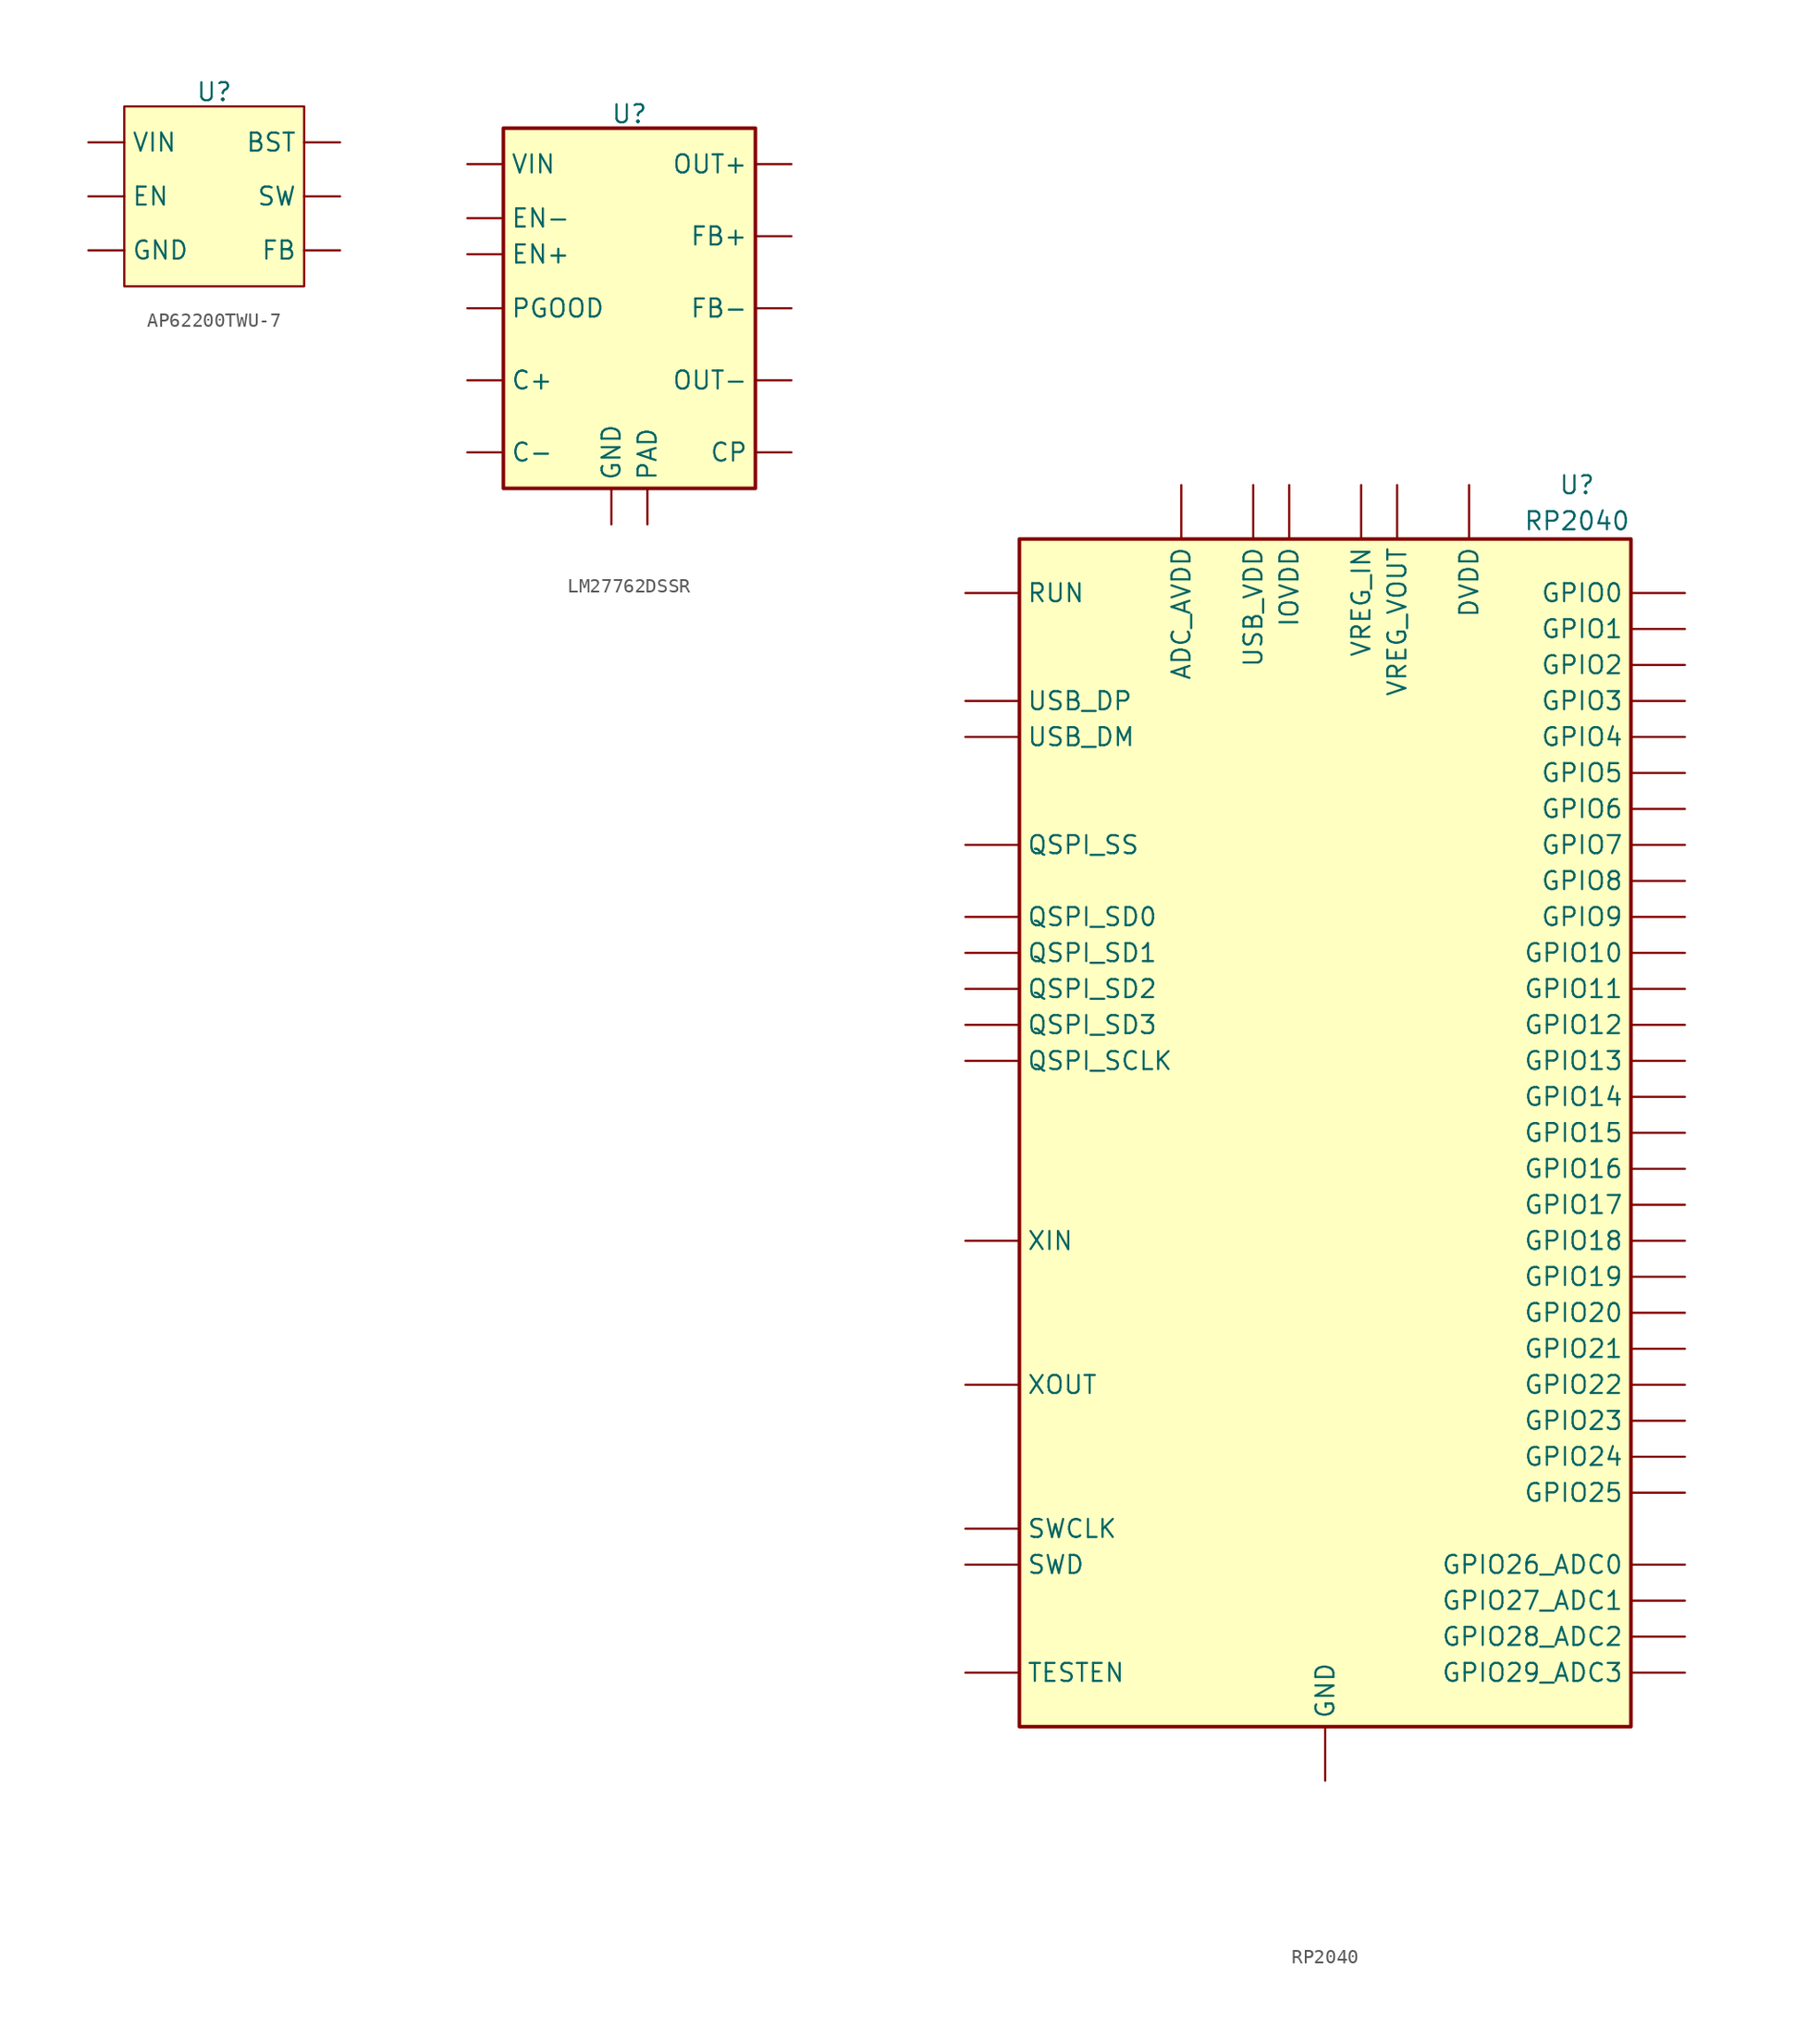
<source format=kicad_sym>
(kicad_symbol_lib
  (version 20241209)
  (generator "kicad_symbol_editor")
  (generator_version "9.0")
  (symbol "AP62200TWU-7"
    (pin_numbers
      (hide yes))
    (property "Reference" "U"
      (at 6.35 3.556 0)
      (effects (font (size 1.27 1.27))))
    (symbol "AP62200TWU-7_1_1"
      (rectangle (start 0 2.54) (end 12.7 -10.16) (stroke (width 0) (type solid)) (fill (type background)))
      (pin power_in line (at -2.54 0 0) (length 2.54) (name "VIN" (effects (font (size 1.27 1.27)))) (number "1" (effects (font (size 1.27 1.27)))))
      (pin input line (at -2.54 -3.81 0) (length 2.54) (name "EN" (effects (font (size 1.27 1.27)))) (number "5" (effects (font (size 1.27 1.27)))))
      (pin power_in line (at -2.54 -7.62 0) (length 2.54) (name "GND" (effects (font (size 1.27 1.27)))) (number "3" (effects (font (size 1.27 1.27)))))
      (pin input line (at 15.24 0 180) (length 2.54) (name "BST" (effects (font (size 1.27 1.27)))) (number "4" (effects (font (size 1.27 1.27)))))
      (pin power_out line (at 15.24 -3.81 180) (length 2.54) (name "SW" (effects (font (size 1.27 1.27)))) (number "2" (effects (font (size 1.27 1.27)))))
      (pin input line (at 15.24 -7.62 180) (length 2.54) (name "FB" (effects (font (size 1.27 1.27)))) (number "6" (effects (font (size 1.27 1.27)))))))
  (symbol "LM27762DSSR"
    (pin_numbers
      (hide yes))
    (property "Reference" "U"
      (at 0 12.954 0)
      (effects (font (size 1.27 1.27)) (justify bottom)))
    (symbol "LM27762DSSR_0_1"
      (rectangle (start -8.89 12.7) (end 8.89 -12.7) (stroke (width 0.254) (type default)) (fill (type background))))
    (symbol "LM27762DSSR_1_1"
      (pin power_in line (at -11.43 10.16 0) (length 2.54) (name "VIN" (effects (font (size 1.27 1.27)))) (number "3" (effects (font (size 1.27 1.27)))))
      (pin input line (at -11.43 6.35 0) (length 2.54) (name "EN-" (effects (font (size 1.27 1.27)))) (number "8" (effects (font (size 1.27 1.27)))))
      (pin input line (at -11.43 3.81 0) (length 2.54) (name "EN+" (effects (font (size 1.27 1.27)))) (number "12" (effects (font (size 1.27 1.27)))))
      (pin open_collector line (at -11.43 0 0) (length 2.54) (name "PGOOD" (effects (font (size 1.27 1.27)))) (number "1" (effects (font (size 1.27 1.27)))))
      (pin passive line (at -11.43 -5.08 0) (length 2.54) (name "C+" (effects (font (size 1.27 1.27)))) (number "10" (effects (font (size 1.27 1.27)))))
      (pin passive line (at -11.43 -10.16 0) (length 2.54) (name "C-" (effects (font (size 1.27 1.27)))) (number "9" (effects (font (size 1.27 1.27)))))
      (pin power_in line (at -1.27 -15.24 90) (length 2.54) (name "GND" (effects (font (size 1.27 1.27)))) (number "4" (effects (font (size 1.27 1.27)))))
      (pin power_in line (at 1.27 -15.24 90) (length 2.54) (name "PAD" (effects (font (size 1.27 1.27)))) (number "13" (effects (font (size 1.27 1.27)))))
      (pin power_out line (at 11.43 10.16 180) (length 2.54) (name "OUT+" (effects (font (size 1.27 1.27)))) (number "11" (effects (font (size 1.27 1.27)))))
      (pin input line (at 11.43 5.08 180) (length 2.54) (name "FB+" (effects (font (size 1.27 1.27)))) (number "2" (effects (font (size 1.27 1.27)))))
      (pin input line (at 11.43 0 180) (length 2.54) (name "FB-" (effects (font (size 1.27 1.27)))) (number "7" (effects (font (size 1.27 1.27)))))
      (pin power_out line (at 11.43 -5.08 180) (length 2.54) (name "OUT-" (effects (font (size 1.27 1.27)))) (number "6" (effects (font (size 1.27 1.27)))))
      (pin passive line (at 11.43 -10.16 180) (length 2.54) (name "CP" (effects (font (size 1.27 1.27)))) (number "5" (effects (font (size 1.27 1.27)))))))
  (symbol "RP2040"
    (pin_numbers
      (hide yes))
    (property "Reference" "U"
      (at 17.78 45.72 0)
      (effects (font (size 1.27 1.27))))
    (property "Value" "RP2040"
      (at 17.78 43.18 0)
      (effects (font (size 1.27 1.27))))
    (symbol "RP2040_0_1"
      (rectangle (start -21.59 41.91) (end 21.59 -41.91) (stroke (width 0.254) (type default)) (fill (type background))))
    (symbol "RP2040_1_1"
      (text private "3V3" (at -8.89 57.658 900) (effects (font (size 1.27 1.27))))
      (text private "3V3" (at -5.08 57.658 900) (effects (font (size 1.27 1.27))))
      (text private "1V8-3V3" (at -2.54 60.198 900) (effects (font (size 1.27 1.27))))
      (text private "1V8-3V3" (at 1.27 60.452 900) (effects (font (size 1.27 1.27))))
      (text private "1V1" (at 5.08 57.912 900) (effects (font (size 1.27 1.27))))
      (text private "1V1" (at 10.16 57.912 900) (effects (font (size 1.27 1.27))))
      (pin input line (at -25.4 38.1 0) (length 3.81) (name "RUN" (effects (font (size 1.27 1.27)))) (number "26" (effects (font (size 1.27 1.27)))))
      (pin bidirectional line (at -25.4 30.48 0) (length 3.81) (name "USB_DP" (effects (font (size 1.27 1.27)))) (number "47" (effects (font (size 1.27 1.27)))))
      (pin bidirectional line (at -25.4 27.94 0) (length 3.81) (name "USB_DM" (effects (font (size 1.27 1.27)))) (number "46" (effects (font (size 1.27 1.27)))))
      (pin bidirectional line (at -25.4 20.32 0) (length 3.81) (name "QSPI_SS" (effects (font (size 1.27 1.27)))) (number "56" (effects (font (size 1.27 1.27)))))
      (pin bidirectional line (at -25.4 15.24 0) (length 3.81) (name "QSPI_SD0" (effects (font (size 1.27 1.27)))) (number "53" (effects (font (size 1.27 1.27)))))
      (pin bidirectional line (at -25.4 12.7 0) (length 3.81) (name "QSPI_SD1" (effects (font (size 1.27 1.27)))) (number "55" (effects (font (size 1.27 1.27)))))
      (pin bidirectional line (at -25.4 10.16 0) (length 3.81) (name "QSPI_SD2" (effects (font (size 1.27 1.27)))) (number "54" (effects (font (size 1.27 1.27)))))
      (pin bidirectional line (at -25.4 7.62 0) (length 3.81) (name "QSPI_SD3" (effects (font (size 1.27 1.27)))) (number "51" (effects (font (size 1.27 1.27)))))
      (pin output line (at -25.4 5.08 0) (length 3.81) (name "QSPI_SCLK" (effects (font (size 1.27 1.27)))) (number "52" (effects (font (size 1.27 1.27)))))
      (pin input line (at -25.4 -7.62 0) (length 3.81) (name "XIN" (effects (font (size 1.27 1.27)))) (number "20" (effects (font (size 1.27 1.27)))))
      (pin passive line (at -25.4 -17.78 0) (length 3.81) (name "XOUT" (effects (font (size 1.27 1.27)))) (number "21" (effects (font (size 1.27 1.27)))))
      (pin input line (at -25.4 -27.94 0) (length 3.81) (name "SWCLK" (effects (font (size 1.27 1.27)))) (number "24" (effects (font (size 1.27 1.27)))))
      (pin bidirectional line (at -25.4 -30.48 0) (length 3.81) (name "SWD" (effects (font (size 1.27 1.27)))) (number "25" (effects (font (size 1.27 1.27)))))
      (pin input line (at -25.4 -38.1 0) (length 3.81) (name "TESTEN" (effects (font (size 1.27 1.27)))) (number "19" (effects (font (size 1.27 1.27)))))
      (pin power_in line (at -10.16 45.72 270) (length 3.81) (name "ADC_AVDD" (effects (font (size 1.27 1.27)))) (number "43" (effects (font (size 1.27 1.27)))))
      (pin power_in line (at -5.08 45.72 270) (length 3.81) (name "USB_VDD" (effects (font (size 1.27 1.27)))) (number "48" (effects (font (size 1.27 1.27)))))
      (pin power_in line (at -2.54 45.72 270) (length 3.81) (name "IOVDD" (effects (font (size 1.27 1.27)))) (number "1" (effects (font (size 1.27 1.27)))))
      (pin passive line (at -2.54 45.72 270) (length 3.81) (hide yes) (name "IOVDD" (effects (font (size 1.27 1.27)))) (number "10" (effects (font (size 1.27 1.27)))))
      (pin passive line (at -2.54 45.72 270) (length 3.81) (hide yes) (name "IOVDD" (effects (font (size 1.27 1.27)))) (number "22" (effects (font (size 1.27 1.27)))))
      (pin passive line (at -2.54 45.72 270) (length 3.81) (hide yes) (name "IOVDD" (effects (font (size 1.27 1.27)))) (number "33" (effects (font (size 1.27 1.27)))))
      (pin passive line (at -2.54 45.72 270) (length 3.81) (hide yes) (name "IOVDD" (effects (font (size 1.27 1.27)))) (number "42" (effects (font (size 1.27 1.27)))))
      (pin passive line (at -2.54 45.72 270) (length 3.81) (hide yes) (name "IOVDD" (effects (font (size 1.27 1.27)))) (number "49" (effects (font (size 1.27 1.27)))))
      (pin power_in line (at 0 -45.72 90) (length 3.81) (name "GND" (effects (font (size 1.27 1.27)))) (number "57" (effects (font (size 1.27 1.27)))))
      (pin power_in line (at 2.54 45.72 270) (length 3.81) (name "VREG_IN" (effects (font (size 1.27 1.27)))) (number "44" (effects (font (size 1.27 1.27)))))
      (pin power_out line (at 5.08 45.72 270) (length 3.81) (name "VREG_VOUT" (effects (font (size 1.27 1.27)))) (number "45" (effects (font (size 1.27 1.27)))))
      (pin power_in line (at 10.16 45.72 270) (length 3.81) (name "DVDD" (effects (font (size 1.27 1.27)))) (number "23" (effects (font (size 1.27 1.27)))))
      (pin passive line (at 10.16 45.72 270) (length 3.81) (hide yes) (name "DVDD" (effects (font (size 1.27 1.27)))) (number "50" (effects (font (size 1.27 1.27)))))
      (pin bidirectional line (at 25.4 38.1 180) (length 3.81) (name "GPIO0" (effects (font (size 1.27 1.27)))) (number "2" (effects (font (size 1.27 1.27)))))
      (pin bidirectional line (at 25.4 35.56 180) (length 3.81) (name "GPIO1" (effects (font (size 1.27 1.27)))) (number "3" (effects (font (size 1.27 1.27)))))
      (pin bidirectional line (at 25.4 33.02 180) (length 3.81) (name "GPIO2" (effects (font (size 1.27 1.27)))) (number "4" (effects (font (size 1.27 1.27)))))
      (pin bidirectional line (at 25.4 30.48 180) (length 3.81) (name "GPIO3" (effects (font (size 1.27 1.27)))) (number "5" (effects (font (size 1.27 1.27)))))
      (pin bidirectional line (at 25.4 27.94 180) (length 3.81) (name "GPIO4" (effects (font (size 1.27 1.27)))) (number "6" (effects (font (size 1.27 1.27)))))
      (pin bidirectional line (at 25.4 25.4 180) (length 3.81) (name "GPIO5" (effects (font (size 1.27 1.27)))) (number "7" (effects (font (size 1.27 1.27)))))
      (pin bidirectional line (at 25.4 22.86 180) (length 3.81) (name "GPIO6" (effects (font (size 1.27 1.27)))) (number "8" (effects (font (size 1.27 1.27)))))
      (pin bidirectional line (at 25.4 20.32 180) (length 3.81) (name "GPIO7" (effects (font (size 1.27 1.27)))) (number "9" (effects (font (size 1.27 1.27)))))
      (pin bidirectional line (at 25.4 17.78 180) (length 3.81) (name "GPIO8" (effects (font (size 1.27 1.27)))) (number "11" (effects (font (size 1.27 1.27)))))
      (pin bidirectional line (at 25.4 15.24 180) (length 3.81) (name "GPIO9" (effects (font (size 1.27 1.27)))) (number "12" (effects (font (size 1.27 1.27)))))
      (pin bidirectional line (at 25.4 12.7 180) (length 3.81) (name "GPIO10" (effects (font (size 1.27 1.27)))) (number "13" (effects (font (size 1.27 1.27)))))
      (pin bidirectional line (at 25.4 10.16 180) (length 3.81) (name "GPIO11" (effects (font (size 1.27 1.27)))) (number "14" (effects (font (size 1.27 1.27)))))
      (pin bidirectional line (at 25.4 7.62 180) (length 3.81) (name "GPIO12" (effects (font (size 1.27 1.27)))) (number "15" (effects (font (size 1.27 1.27)))))
      (pin bidirectional line (at 25.4 5.08 180) (length 3.81) (name "GPIO13" (effects (font (size 1.27 1.27)))) (number "16" (effects (font (size 1.27 1.27)))))
      (pin bidirectional line (at 25.4 2.54 180) (length 3.81) (name "GPIO14" (effects (font (size 1.27 1.27)))) (number "17" (effects (font (size 1.27 1.27)))))
      (pin bidirectional line (at 25.4 0 180) (length 3.81) (name "GPIO15" (effects (font (size 1.27 1.27)))) (number "18" (effects (font (size 1.27 1.27)))))
      (pin bidirectional line (at 25.4 -2.54 180) (length 3.81) (name "GPIO16" (effects (font (size 1.27 1.27)))) (number "27" (effects (font (size 1.27 1.27)))))
      (pin bidirectional line (at 25.4 -5.08 180) (length 3.81) (name "GPIO17" (effects (font (size 1.27 1.27)))) (number "28" (effects (font (size 1.27 1.27)))))
      (pin bidirectional line (at 25.4 -7.62 180) (length 3.81) (name "GPIO18" (effects (font (size 1.27 1.27)))) (number "29" (effects (font (size 1.27 1.27)))))
      (pin bidirectional line (at 25.4 -10.16 180) (length 3.81) (name "GPIO19" (effects (font (size 1.27 1.27)))) (number "30" (effects (font (size 1.27 1.27)))))
      (pin bidirectional line (at 25.4 -12.7 180) (length 3.81) (name "GPIO20" (effects (font (size 1.27 1.27)))) (number "31" (effects (font (size 1.27 1.27)))))
      (pin bidirectional line (at 25.4 -15.24 180) (length 3.81) (name "GPIO21" (effects (font (size 1.27 1.27)))) (number "32" (effects (font (size 1.27 1.27)))))
      (pin bidirectional line (at 25.4 -17.78 180) (length 3.81) (name "GPIO22" (effects (font (size 1.27 1.27)))) (number "34" (effects (font (size 1.27 1.27)))))
      (pin bidirectional line (at 25.4 -20.32 180) (length 3.81) (name "GPIO23" (effects (font (size 1.27 1.27)))) (number "35" (effects (font (size 1.27 1.27)))))
      (pin bidirectional line (at 25.4 -22.86 180) (length 3.81) (name "GPIO24" (effects (font (size 1.27 1.27)))) (number "36" (effects (font (size 1.27 1.27)))))
      (pin bidirectional line (at 25.4 -25.4 180) (length 3.81) (name "GPIO25" (effects (font (size 1.27 1.27)))) (number "37" (effects (font (size 1.27 1.27)))))
      (pin bidirectional line (at 25.4 -30.48 180) (length 3.81) (name "GPIO26_ADC0" (effects (font (size 1.27 1.27)))) (number "38" (effects (font (size 1.27 1.27)))))
      (pin bidirectional line (at 25.4 -33.02 180) (length 3.81) (name "GPIO27_ADC1" (effects (font (size 1.27 1.27)))) (number "39" (effects (font (size 1.27 1.27)))))
      (pin bidirectional line (at 25.4 -35.56 180) (length 3.81) (name "GPIO28_ADC2" (effects (font (size 1.27 1.27)))) (number "40" (effects (font (size 1.27 1.27)))))
      (pin bidirectional line (at 25.4 -38.1 180) (length 3.81) (name "GPIO29_ADC3" (effects (font (size 1.27 1.27)))) (number "41" (effects (font (size 1.27 1.27))))))))
</source>
